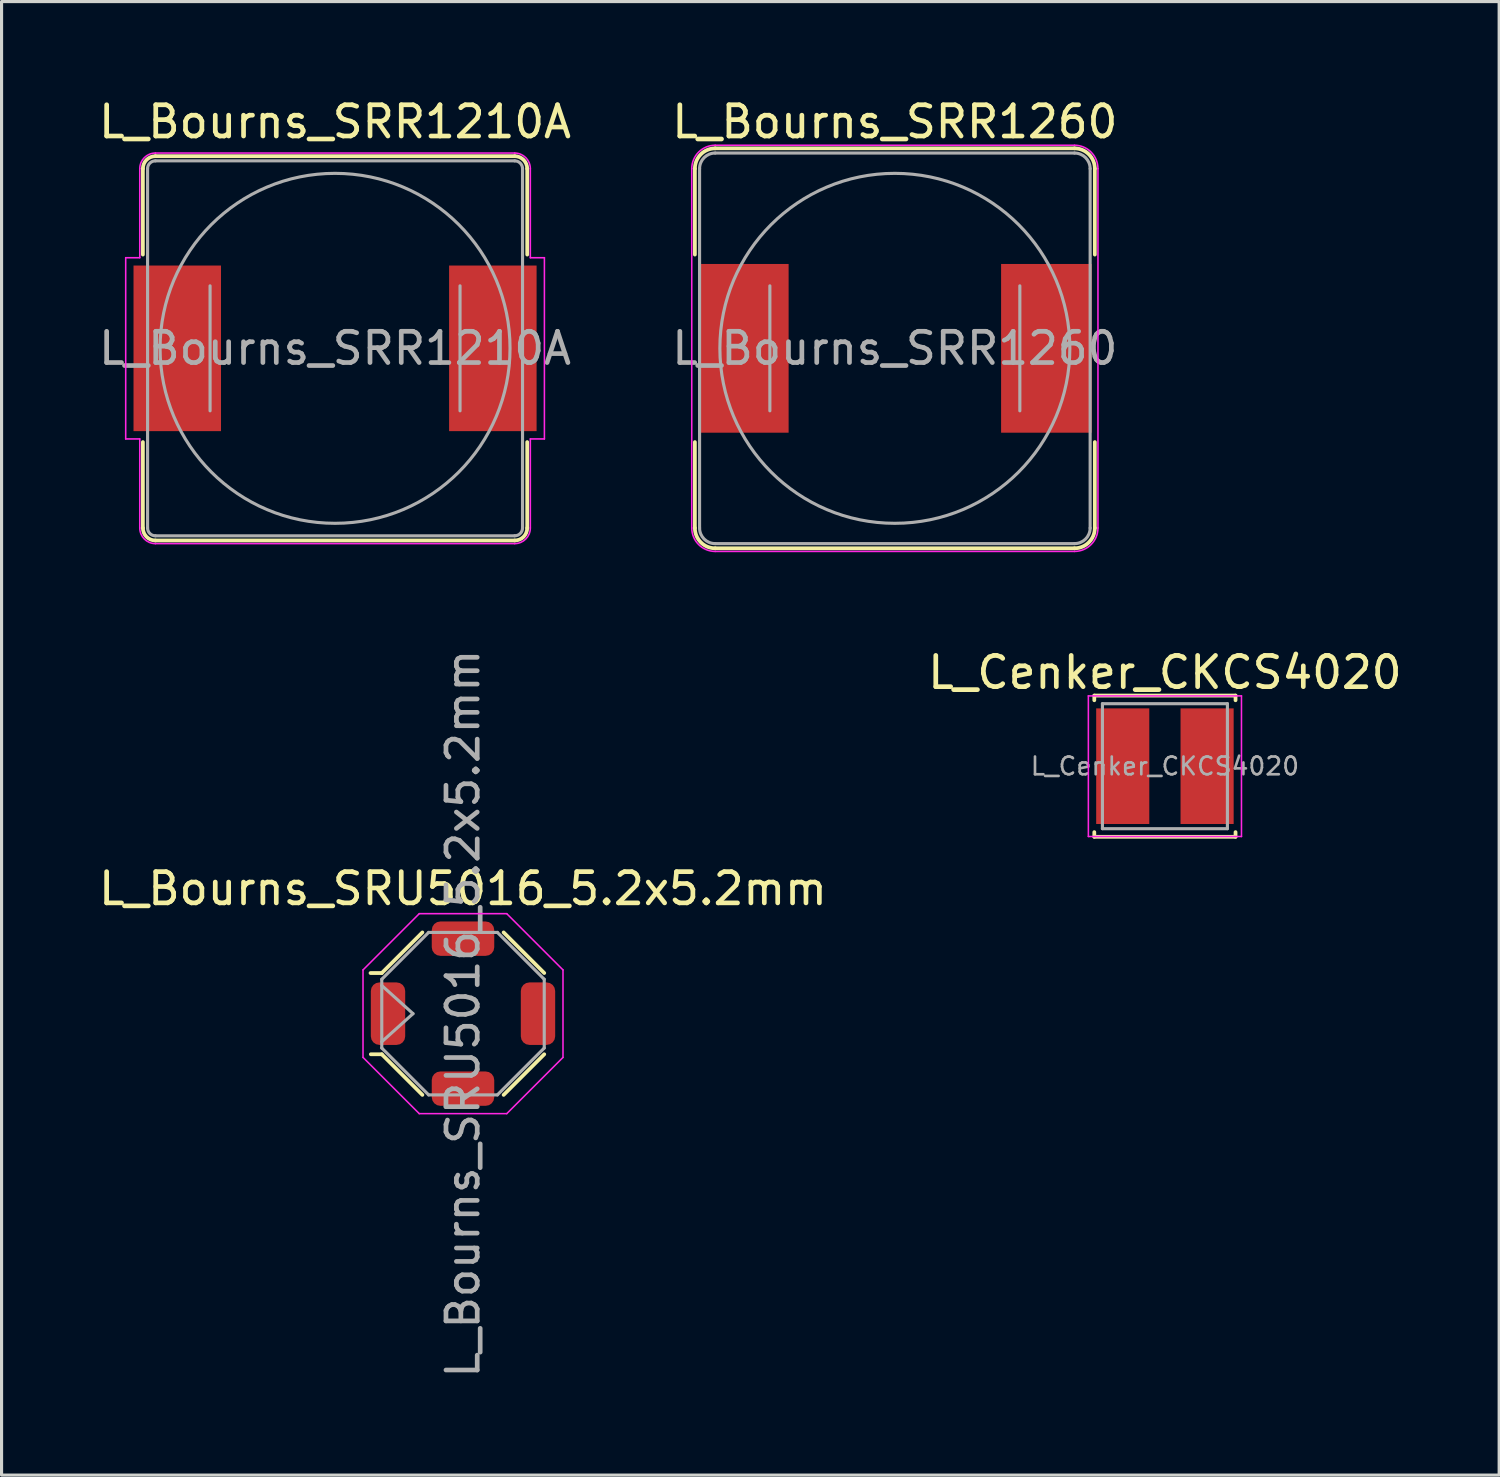
<source format=kicad_pcb>
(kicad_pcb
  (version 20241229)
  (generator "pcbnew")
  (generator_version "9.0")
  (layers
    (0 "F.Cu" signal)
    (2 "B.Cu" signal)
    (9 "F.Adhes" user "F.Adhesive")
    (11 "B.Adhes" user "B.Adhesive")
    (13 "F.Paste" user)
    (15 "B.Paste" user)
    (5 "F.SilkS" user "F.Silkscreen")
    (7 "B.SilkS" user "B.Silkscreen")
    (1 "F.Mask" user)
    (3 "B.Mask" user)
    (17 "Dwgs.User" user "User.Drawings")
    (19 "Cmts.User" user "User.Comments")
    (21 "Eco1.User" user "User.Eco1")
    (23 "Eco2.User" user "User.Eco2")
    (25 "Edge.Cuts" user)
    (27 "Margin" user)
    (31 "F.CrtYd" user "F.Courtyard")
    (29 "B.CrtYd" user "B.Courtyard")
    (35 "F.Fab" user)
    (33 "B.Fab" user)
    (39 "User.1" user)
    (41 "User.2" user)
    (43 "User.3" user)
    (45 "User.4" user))
  (footprint "L_Bourns_SRR1260"
    (layer "F.Cu")
    (at 25.589 8.098)
    (property "Reference" "L_Bourns_SRR1260" (at 0 -7.25 0) (layer "F.SilkS") (effects (font (size 1 1) (thickness 0.15))))
    (attr smd)
    (fp_line (start -6.4 -5.75) (end -6.4 -3) (stroke (width 0.12) (type solid)) (layer "F.SilkS"))
    (fp_line (start -6.4 3) (end -6.4 5.75) (stroke (width 0.12) (type solid)) (layer "F.SilkS"))
    (fp_line (start -5.75 -6.4) (end 5.75 -6.4) (stroke (width 0.12) (type solid)) (layer "F.SilkS"))
    (fp_line (start 5.75 6.4) (end -5.75 6.4) (stroke (width 0.12) (type solid)) (layer "F.SilkS"))
    (fp_line (start 6.4 -5.75) (end 6.4 -3) (stroke (width 0.12) (type solid)) (layer "F.SilkS"))
    (fp_line (start 6.4 3) (end 6.4 5.75) (stroke (width 0.12) (type solid)) (layer "F.SilkS"))
    (fp_arc (start -6.4 -5.75) (mid -6.209619 -6.209619) (end -5.75 -6.4) (stroke (width 0.12) (type solid)) (layer "F.SilkS"))
    (fp_arc (start -5.75 6.4) (mid -6.209619 6.209619) (end -6.4 5.75) (stroke (width 0.12) (type solid)) (layer "F.SilkS"))
    (fp_arc (start 5.75 -6.4) (mid 6.209619 -6.209619) (end 6.4 -5.75) (stroke (width 0.12) (type solid)) (layer "F.SilkS"))
    (fp_arc (start 6.4 5.75) (mid 6.209619 6.209619) (end 5.75 6.4) (stroke (width 0.12) (type solid)) (layer "F.SilkS"))
    (fp_line (start -6.5 5.75) (end -6.5 -5.75) (stroke (width 0.05) (type solid)) (layer "F.CrtYd"))
    (fp_line (start -5.75 -6.5) (end 5.75 -6.5) (stroke (width 0.05) (type solid)) (layer "F.CrtYd"))
    (fp_line (start 5.75 6.5) (end -5.75 6.5) (stroke (width 0.05) (type solid)) (layer "F.CrtYd"))
    (fp_line (start 6.5 -5.75) (end 6.5 5.75) (stroke (width 0.05) (type solid)) (layer "F.CrtYd"))
    (fp_arc (start -6.5 -5.75) (mid -6.28033 -6.28033) (end -5.75 -6.5) (stroke (width 0.05) (type solid)) (layer "F.CrtYd"))
    (fp_arc (start -5.75 6.5) (mid -6.28033 6.28033) (end -6.5 5.75) (stroke (width 0.05) (type solid)) (layer "F.CrtYd"))
    (fp_arc (start 5.75 -6.5) (mid 6.28033 -6.28033) (end 6.5 -5.75) (stroke (width 0.05) (type solid)) (layer "F.CrtYd"))
    (fp_arc (start 6.5 5.75) (mid 6.28033 6.28033) (end 5.75 6.5) (stroke (width 0.05) (type solid)) (layer "F.CrtYd"))
    (fp_line (start -6.25 -5.75) (end -6.25 5.75) (stroke (width 0.1) (type solid)) (layer "F.Fab"))
    (fp_line (start -5.75 -6.25) (end 5.75 -6.25) (stroke (width 0.1) (type solid)) (layer "F.Fab"))
    (fp_line (start -4 2) (end -4 -2) (stroke (width 0.1) (type solid)) (layer "F.Fab"))
    (fp_line (start 4 -2) (end 4 2) (stroke (width 0.1) (type solid)) (layer "F.Fab"))
    (fp_line (start 5.75 6.25) (end -5.75 6.25) (stroke (width 0.1) (type solid)) (layer "F.Fab"))
    (fp_line (start 6.25 -5.75) (end 6.25 5.75) (stroke (width 0.1) (type solid)) (layer "F.Fab"))
    (fp_arc (start -6.25 -5.75) (mid -6.103553 -6.103553) (end -5.75 -6.25) (stroke (width 0.1) (type solid)) (layer "F.Fab"))
    (fp_arc (start -5.75 6.25) (mid -6.103553 6.103553) (end -6.25 5.75) (stroke (width 0.1) (type solid)) (layer "F.Fab"))
    (fp_arc (start 5.75 -6.25) (mid 6.103553 -6.103553) (end 6.25 -5.75) (stroke (width 0.1) (type solid)) (layer "F.Fab"))
    (fp_arc (start 6.25 5.75) (mid 6.103553 6.103553) (end 5.75 6.25) (stroke (width 0.1) (type solid)) (layer "F.Fab"))
    (fp_circle (center 0 0) (end 0 -5.6) (stroke (width 0.1) (type solid)) (fill no) (layer "F.Fab"))
    (fp_text user "${REFERENCE}" (at 0 0 0) (layer "F.Fab") (effects (font (size 1 1) (thickness 0.15))))
    (pad "1" smd rect (at -4.85 0) (size 2.9 5.4) (layers "F.Cu" "F.Mask" "F.Paste"))
    (pad "2" smd rect (at 4.85 0) (size 2.9 5.4) (layers "F.Cu" "F.Mask" "F.Paste")))
  (footprint "L_Bourns_SRR1210A"
    (layer "F.Cu")
    (at 7.673 8.098)
    (property "Reference" "L_Bourns_SRR1210A" (at 0 -7.25 0) (layer "F.SilkS") (effects (font (size 1 1) (thickness 0.15))))
    (attr smd)
    (fp_line (start -6.15 -5.75) (end -6.15 -3) (stroke (width 0.12) (type solid)) (layer "F.SilkS"))
    (fp_line (start -6.15 3) (end -6.15 5.75) (stroke (width 0.12) (type solid)) (layer "F.SilkS"))
    (fp_line (start -5.75 -6.15) (end 5.75 -6.15) (stroke (width 0.12) (type solid)) (layer "F.SilkS"))
    (fp_line (start 5.75 6.15) (end -5.75 6.15) (stroke (width 0.12) (type solid)) (layer "F.SilkS"))
    (fp_line (start 6.15 -5.75) (end 6.15 -3) (stroke (width 0.12) (type solid)) (layer "F.SilkS"))
    (fp_line (start 6.15 3) (end 6.15 5.75) (stroke (width 0.12) (type solid)) (layer "F.SilkS"))
    (fp_arc (start -6.15 -5.75) (mid -6.032843 -6.032843) (end -5.75 -6.15) (stroke (width 0.12) (type solid)) (layer "F.SilkS"))
    (fp_arc (start -5.75 6.15) (mid -6.032843 6.032843) (end -6.15 5.75) (stroke (width 0.12) (type solid)) (layer "F.SilkS"))
    (fp_arc (start 5.75 -6.15) (mid 6.032843 -6.032843) (end 6.15 -5.75) (stroke (width 0.12) (type solid)) (layer "F.SilkS"))
    (fp_arc (start 6.15 5.75) (mid 6.032843 6.032843) (end 5.75 6.15) (stroke (width 0.12) (type solid)) (layer "F.SilkS"))
    (fp_line (start -6.7 -2.9) (end -6.7 2.9) (stroke (width 0.05) (type solid)) (layer "F.CrtYd"))
    (fp_line (start -6.7 -2.9) (end -6.25 -2.9) (stroke (width 0.05) (type solid)) (layer "F.CrtYd"))
    (fp_line (start -6.25 -5.75) (end -6.25 -2.9) (stroke (width 0.05) (type solid)) (layer "F.CrtYd"))
    (fp_line (start -6.25 2.9) (end -6.7 2.9) (stroke (width 0.05) (type solid)) (layer "F.CrtYd"))
    (fp_line (start -6.25 5.75) (end -6.25 2.9) (stroke (width 0.05) (type solid)) (layer "F.CrtYd"))
    (fp_line (start -5.75 -6.25) (end 5.75 -6.25) (stroke (width 0.05) (type solid)) (layer "F.CrtYd"))
    (fp_line (start 5.75 6.25) (end -5.75 6.25) (stroke (width 0.05) (type solid)) (layer "F.CrtYd"))
    (fp_line (start 6.25 -5.75) (end 6.25 -2.9) (stroke (width 0.05) (type solid)) (layer "F.CrtYd"))
    (fp_line (start 6.25 2.9) (end 6.25 5.75) (stroke (width 0.05) (type solid)) (layer "F.CrtYd"))
    (fp_line (start 6.7 -2.9) (end 6.25 -2.9) (stroke (width 0.05) (type solid)) (layer "F.CrtYd"))
    (fp_line (start 6.7 -2.9) (end 6.7 2.9) (stroke (width 0.05) (type solid)) (layer "F.CrtYd"))
    (fp_line (start 6.7 2.9) (end 6.25 2.9) (stroke (width 0.05) (type solid)) (layer "F.CrtYd"))
    (fp_arc (start -6.25 -5.75) (mid -6.103553 -6.103553) (end -5.75 -6.25) (stroke (width 0.05) (type solid)) (layer "F.CrtYd"))
    (fp_arc (start -5.75 6.25) (mid -6.103553 6.103553) (end -6.25 5.75) (stroke (width 0.05) (type solid)) (layer "F.CrtYd"))
    (fp_arc (start 5.75 -6.25) (mid 6.103553 -6.103553) (end 6.25 -5.75) (stroke (width 0.05) (type solid)) (layer "F.CrtYd"))
    (fp_arc (start 6.25 5.75) (mid 6.103553 6.103553) (end 5.75 6.25) (stroke (width 0.05) (type solid)) (layer "F.CrtYd"))
    (fp_line (start -6 -5.75) (end -6 5.75) (stroke (width 0.1) (type solid)) (layer "F.Fab"))
    (fp_line (start -5.75 -6) (end 5.75 -6) (stroke (width 0.1) (type solid)) (layer "F.Fab"))
    (fp_line (start -4 2) (end -4 -2) (stroke (width 0.1) (type solid)) (layer "F.Fab"))
    (fp_line (start 4 -2) (end 4 2) (stroke (width 0.1) (type solid)) (layer "F.Fab"))
    (fp_line (start 5.75 6) (end -5.75 6) (stroke (width 0.1) (type solid)) (layer "F.Fab"))
    (fp_line (start 6 -5.75) (end 6 5.75) (stroke (width 0.1) (type solid)) (layer "F.Fab"))
    (fp_arc (start -6 -5.75) (mid -5.926777 -5.926777) (end -5.75 -6) (stroke (width 0.1) (type solid)) (layer "F.Fab"))
    (fp_arc (start -5.75 6) (mid -5.926777 5.926777) (end -6 5.75) (stroke (width 0.1) (type solid)) (layer "F.Fab"))
    (fp_arc (start 5.75 -6) (mid 5.926777 -5.926777) (end 6 -5.75) (stroke (width 0.1) (type solid)) (layer "F.Fab"))
    (fp_arc (start 6 5.75) (mid 5.926777 5.926777) (end 5.75 6) (stroke (width 0.1) (type solid)) (layer "F.Fab"))
    (fp_circle (center 0 0) (end 0 -5.6) (stroke (width 0.1) (type solid)) (fill no) (layer "F.Fab"))
    (fp_text user "${REFERENCE}" (at 0 0 0) (layer "F.Fab") (effects (font (size 1 1) (thickness 0.15))))
    (pad "1" smd rect (at -5.05 0) (size 2.8 5.3) (layers "F.Cu" "F.Mask" "F.Paste"))
    (pad "2" smd rect (at 5.05 0) (size 2.8 5.3) (layers "F.Cu" "F.Mask" "F.Paste")))
  (footprint "L_Bourns_SRU5016_5.2x5.2mm"
    (layer "F.Cu")
    (at 11.768 29.391)
    (property "Reference" "L_Bourns_SRU5016_5.2x5.2mm" (at 0 -4 0) (unlocked yes) (layer "F.SilkS") (effects (font (size 1 1) (thickness 0.15))))
    (attr smd)
    (fp_line (start -2.6 -1.3) (end -2.96 -1.3) (stroke (width 0.12) (type solid)) (layer "F.SilkS"))
    (fp_line (start -2.6 -1.3) (end -1.3 -2.6) (stroke (width 0.12) (type solid)) (layer "F.SilkS"))
    (fp_line (start -2.6 1.3) (end -2.95 1.3) (stroke (width 0.12) (type solid)) (layer "F.SilkS"))
    (fp_line (start -1.3 2.6) (end -2.6 1.3) (stroke (width 0.12) (type solid)) (layer "F.SilkS"))
    (fp_line (start 1.3 -2.6) (end 2.6 -1.3) (stroke (width 0.12) (type solid)) (layer "F.SilkS"))
    (fp_line (start 1.3 2.6) (end 2.6 1.3) (stroke (width 0.12) (type solid)) (layer "F.SilkS"))
    (fp_line (start -3.2 1.4) (end -3.2 -1.4) (stroke (width 0.05) (type solid)) (layer "F.CrtYd"))
    (fp_line (start -3.2 1.4) (end -1.4 3.2) (stroke (width 0.05) (type solid)) (layer "F.CrtYd"))
    (fp_line (start -1.4 -3.2) (end -3.2 -1.4) (stroke (width 0.05) (type solid)) (layer "F.CrtYd"))
    (fp_line (start -1.4 -3.2) (end 1.4 -3.2) (stroke (width 0.05) (type solid)) (layer "F.CrtYd"))
    (fp_line (start 1.4 -3.2) (end 3.2 -1.4) (stroke (width 0.05) (type solid)) (layer "F.CrtYd"))
    (fp_line (start 1.4 3.2) (end -1.4 3.2) (stroke (width 0.05) (type solid)) (layer "F.CrtYd"))
    (fp_line (start 1.4 3.2) (end 3.2 1.4) (stroke (width 0.05) (type solid)) (layer "F.CrtYd"))
    (fp_line (start 3.2 -1.4) (end 3.2 1.4) (stroke (width 0.05) (type solid)) (layer "F.CrtYd"))
    (fp_line (start -2.6 -1.1) (end -1.1 -2.6) (stroke (width 0.1) (type solid)) (layer "F.Fab"))
    (fp_line (start -2.6 -0.9) (end -1.6 0) (stroke (width 0.1) (type solid)) (layer "F.Fab"))
    (fp_line (start -2.6 1.1) (end -2.6 -1.1) (stroke (width 0.1) (type solid)) (layer "F.Fab"))
    (fp_line (start -1.6 0) (end -2.6 0.9) (stroke (width 0.1) (type solid)) (layer "F.Fab"))
    (fp_line (start -1.1 -2.6) (end 1.1 -2.6) (stroke (width 0.1) (type solid)) (layer "F.Fab"))
    (fp_line (start -1.1 2.6) (end -2.6 1.1) (stroke (width 0.1) (type solid)) (layer "F.Fab"))
    (fp_line (start 1.1 -2.6) (end 2.6 -1.1) (stroke (width 0.1) (type solid)) (layer "F.Fab"))
    (fp_line (start 1.1 2.6) (end -1.1 2.6) (stroke (width 0.1) (type solid)) (layer "F.Fab"))
    (fp_line (start 2.6 -1.1) (end 2.6 1.1) (stroke (width 0.1) (type solid)) (layer "F.Fab"))
    (fp_line (start 2.6 1.1) (end 1.1 2.6) (stroke (width 0.1) (type solid)) (layer "F.Fab"))
    (fp_text user "${REFERENCE}" (at 0 0 90) (layer "F.Fab") (effects (font (size 1 1) (thickness 0.15))))
    (pad "1" smd roundrect (at -2.4 0) (size 1.1 2) (layers "F.Cu" "F.Mask" "F.Paste") (roundrect_rratio 0.25))
    (pad "2" smd roundrect (at 2.4 0) (size 1.1 2) (layers "F.Cu" "F.Mask" "F.Paste") (roundrect_rratio 0.25))
    (pad "MP" smd roundrect (at 0 -2.4 270) (size 1.1 2) (layers "F.Cu" "F.Mask" "F.Paste") (roundrect_rratio 0.25))
    (pad "MP" smd roundrect (at 0 2.4 90) (size 1.1 2) (layers "F.Cu" "F.Mask" "F.Paste") (roundrect_rratio 0.25)))
  (footprint "L_Cenker_CKCS4020"
    (layer "F.Cu")
    (at 34.232 21.471)
    (property "Reference" "L_Cenker_CKCS4020" (at 0 -3 0) (layer "F.SilkS") (effects (font (size 1 1) (thickness 0.15))))
    (attr smd)
    (fp_line (start -2.26 -2.26) (end -2.26 -2.11) (stroke (width 0.12) (type solid)) (layer "F.SilkS"))
    (fp_line (start -2.26 -2.26) (end 2.26 -2.26) (stroke (width 0.12) (type solid)) (layer "F.SilkS"))
    (fp_line (start -2.26 2.26) (end -2.26 2.11) (stroke (width 0.12) (type solid)) (layer "F.SilkS"))
    (fp_line (start -2.26 2.26) (end 2.26 2.26) (stroke (width 0.12) (type solid)) (layer "F.SilkS"))
    (fp_line (start 2.26 -2.26) (end 2.26 -2.11) (stroke (width 0.12) (type solid)) (layer "F.SilkS"))
    (fp_line (start 2.26 2.26) (end 2.26 2.11) (stroke (width 0.12) (type solid)) (layer "F.SilkS"))
    (fp_line (start -2.45 -2.25) (end -2.45 2.25) (stroke (width 0.05) (type solid)) (layer "F.CrtYd"))
    (fp_line (start -2.45 2.25) (end 2.45 2.25) (stroke (width 0.05) (type solid)) (layer "F.CrtYd"))
    (fp_line (start 2.45 -2.25) (end -2.45 -2.25) (stroke (width 0.05) (type solid)) (layer "F.CrtYd"))
    (fp_line (start 2.45 2.25) (end 2.45 -2.25) (stroke (width 0.05) (type solid)) (layer "F.CrtYd"))
    (fp_line (start -2 -2) (end -2 2) (stroke (width 0.1) (type solid)) (layer "F.Fab"))
    (fp_line (start -2 2) (end 2 2) (stroke (width 0.1) (type solid)) (layer "F.Fab"))
    (fp_line (start 2 -2) (end -2 -2) (stroke (width 0.1) (type solid)) (layer "F.Fab"))
    (fp_line (start 2 2) (end 2 -2) (stroke (width 0.1) (type solid)) (layer "F.Fab"))
    (fp_text user "${REFERENCE}" (at 0 0 0) (layer "F.Fab") (effects (font (size 0.567 0.567) (thickness 0.085))))
    (pad "1" smd rect (at -1.35 0) (size 1.7 3.7) (layers "F.Cu" "F.Mask" "F.Paste"))
    (pad "2" smd rect (at 1.35 0) (size 1.7 3.7) (layers "F.Cu" "F.Mask" "F.Paste")))
  (gr_rect
    (start -3 -3)
    (end 44.929 44.159)
    (stroke (width 0.1) (type default))
    (fill no)
    (layer "Edge.Cuts")))
</source>
